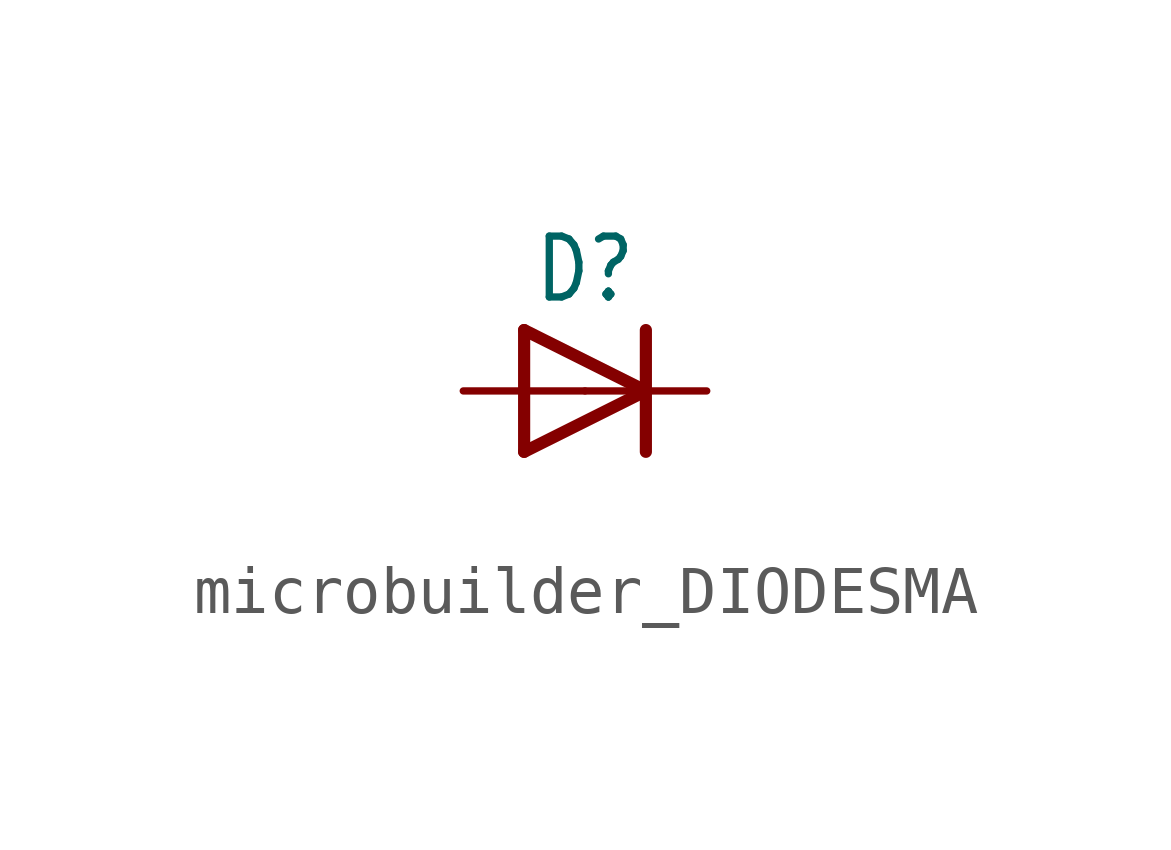
<source format=kicad_sym>
(kicad_symbol_lib
  (version 20231120)
  (generator "kicad_symbol_editor")
  (generator_version "8.0")
  (symbol "microbuilder_DIODESMA"
    (property "Reference" "D"
      (at 0 2.54 0)
      (effects (font (size 1.27 1.079))))
    (property "Value" ""
      (at 0 -2.5 0)
      (effects (font (size 1.27 1.079))))
    (property "ki_locked" ""
      (at 0 0 0)
      (effects (font (size 1.27 1.27))))
    (symbol "microbuilder_DIODESMA_1_0"
      (polyline (pts (xy -1.27 -1.27) (xy 1.27 0)) (stroke (width 0.254) (type solid)) (fill (type none)))
      (polyline (pts (xy -1.27 1.27) (xy -1.27 -1.27)) (stroke (width 0.254) (type solid)) (fill (type none)))
      (polyline (pts (xy 1.27 0) (xy -1.27 1.27)) (stroke (width 0.254) (type solid)) (fill (type none)))
      (polyline (pts (xy 1.27 0) (xy 1.27 -1.27)) (stroke (width 0.254) (type solid)) (fill (type none)))
      (polyline (pts (xy 1.27 1.27) (xy 1.27 0)) (stroke (width 0.254) (type solid)) (fill (type none)))
      (pin passive line (at -2.54 0 0) (length 2.54) (name "A" (effects (font (size 0 0)))) (number "A" (effects (font (size 0 0)))))
      (pin passive line (at 2.54 0 180) (length 2.54) (name "C" (effects (font (size 0 0)))) (number "C" (effects (font (size 0 0))))))))
</source>
